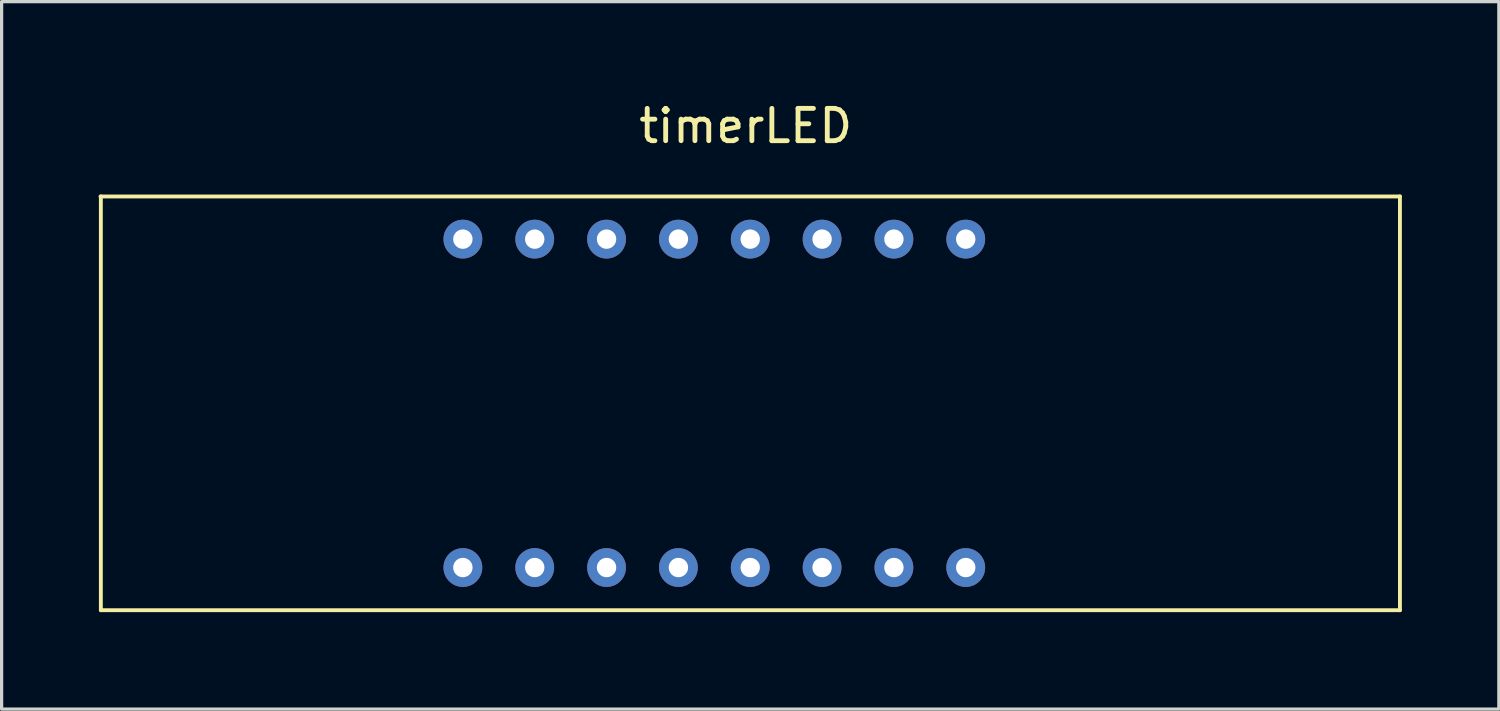
<source format=kicad_pcb>
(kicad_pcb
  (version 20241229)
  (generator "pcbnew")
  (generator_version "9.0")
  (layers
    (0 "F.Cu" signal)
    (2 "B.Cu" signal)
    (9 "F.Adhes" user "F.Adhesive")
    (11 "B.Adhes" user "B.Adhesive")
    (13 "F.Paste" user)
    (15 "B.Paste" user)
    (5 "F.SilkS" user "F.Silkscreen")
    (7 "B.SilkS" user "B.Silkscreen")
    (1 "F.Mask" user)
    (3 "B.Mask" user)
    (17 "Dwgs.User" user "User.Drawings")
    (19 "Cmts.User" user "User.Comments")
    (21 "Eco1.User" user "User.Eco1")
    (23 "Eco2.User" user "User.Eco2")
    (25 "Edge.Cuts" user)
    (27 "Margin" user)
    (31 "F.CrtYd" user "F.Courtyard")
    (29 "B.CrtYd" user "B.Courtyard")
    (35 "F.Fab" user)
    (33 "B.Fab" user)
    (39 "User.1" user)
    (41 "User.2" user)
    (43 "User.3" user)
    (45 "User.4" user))
  (footprint "timerLED"
    (layer "F.Cu")
    (at 11.27 4.348)
    (property "Reference" "timerLED" (at 8.75 -3.5 0) (layer "F.SilkS") (effects (font (size 1 1) (thickness 0.15))))
    (attr through_hole)
    (fp_line (start -11.21 -1.32) (end 28.99 -1.32) (stroke (width 0.12) (type solid)) (layer "F.SilkS"))
    (fp_line (start -11.2 -1.32) (end -11.2 11.48) (stroke (width 0.12) (type solid)) (layer "F.SilkS"))
    (fp_line (start -11.2 11.48) (end 28.99 11.48) (stroke (width 0.12) (type solid)) (layer "F.SilkS"))
    (fp_line (start 28.99 -1.32) (end 28.99 11.48) (stroke (width 0.12) (type solid)) (layer "F.SilkS"))
    (pad "1" thru_hole circle (at 0 0) (size 1.2 1.2) (drill 0.6) (layers "*.Cu" "*.Mask"))
    (pad "2" thru_hole circle (at 2.223 0) (size 1.2 1.2) (drill 0.6) (layers "*.Cu" "*.Mask"))
    (pad "3" thru_hole circle (at 4.445 0) (size 1.2 1.2) (drill 0.6) (layers "*.Cu" "*.Mask"))
    (pad "4" thru_hole circle (at 6.668 0) (size 1.2 1.2) (drill 0.6) (layers "*.Cu" "*.Mask"))
    (pad "5" thru_hole circle (at 8.89 0) (size 1.2 1.2) (drill 0.6) (layers "*.Cu" "*.Mask"))
    (pad "6" thru_hole circle (at 11.113 0) (size 1.2 1.2) (drill 0.6) (layers "*.Cu" "*.Mask"))
    (pad "7" thru_hole circle (at 13.335 0) (size 1.2 1.2) (drill 0.6) (layers "*.Cu" "*.Mask"))
    (pad "8" thru_hole circle (at 15.557 0) (size 1.2 1.2) (drill 0.6) (layers "*.Cu" "*.Mask"))
    (pad "9" thru_hole circle (at 15.557 10.16) (size 1.2 1.2) (drill 0.6) (layers "*.Cu" "*.Mask"))
    (pad "10" thru_hole circle (at 13.335 10.16) (size 1.2 1.2) (drill 0.6) (layers "*.Cu" "*.Mask"))
    (pad "11" thru_hole circle (at 11.113 10.16) (size 1.2 1.2) (drill 0.6) (layers "*.Cu" "*.Mask"))
    (pad "12" thru_hole circle (at 8.89 10.16) (size 1.2 1.2) (drill 0.6) (layers "*.Cu" "*.Mask"))
    (pad "13" thru_hole circle (at 6.668 10.16) (size 1.2 1.2) (drill 0.6) (layers "*.Cu" "*.Mask"))
    (pad "14" thru_hole circle (at 4.445 10.16) (size 1.2 1.2) (drill 0.6) (layers "*.Cu" "*.Mask"))
    (pad "15" thru_hole circle (at 2.223 10.16) (size 1.2 1.2) (drill 0.6) (layers "*.Cu" "*.Mask"))
    (pad "16" thru_hole circle (at 0 10.16) (size 1.2 1.2) (drill 0.6) (layers "*.Cu" "*.Mask")))
  (gr_rect
    (start -3 -3)
    (end 43.32 18.888)
    (stroke (width 0.1) (type default))
    (fill no)
    (layer "Edge.Cuts")))
</source>
